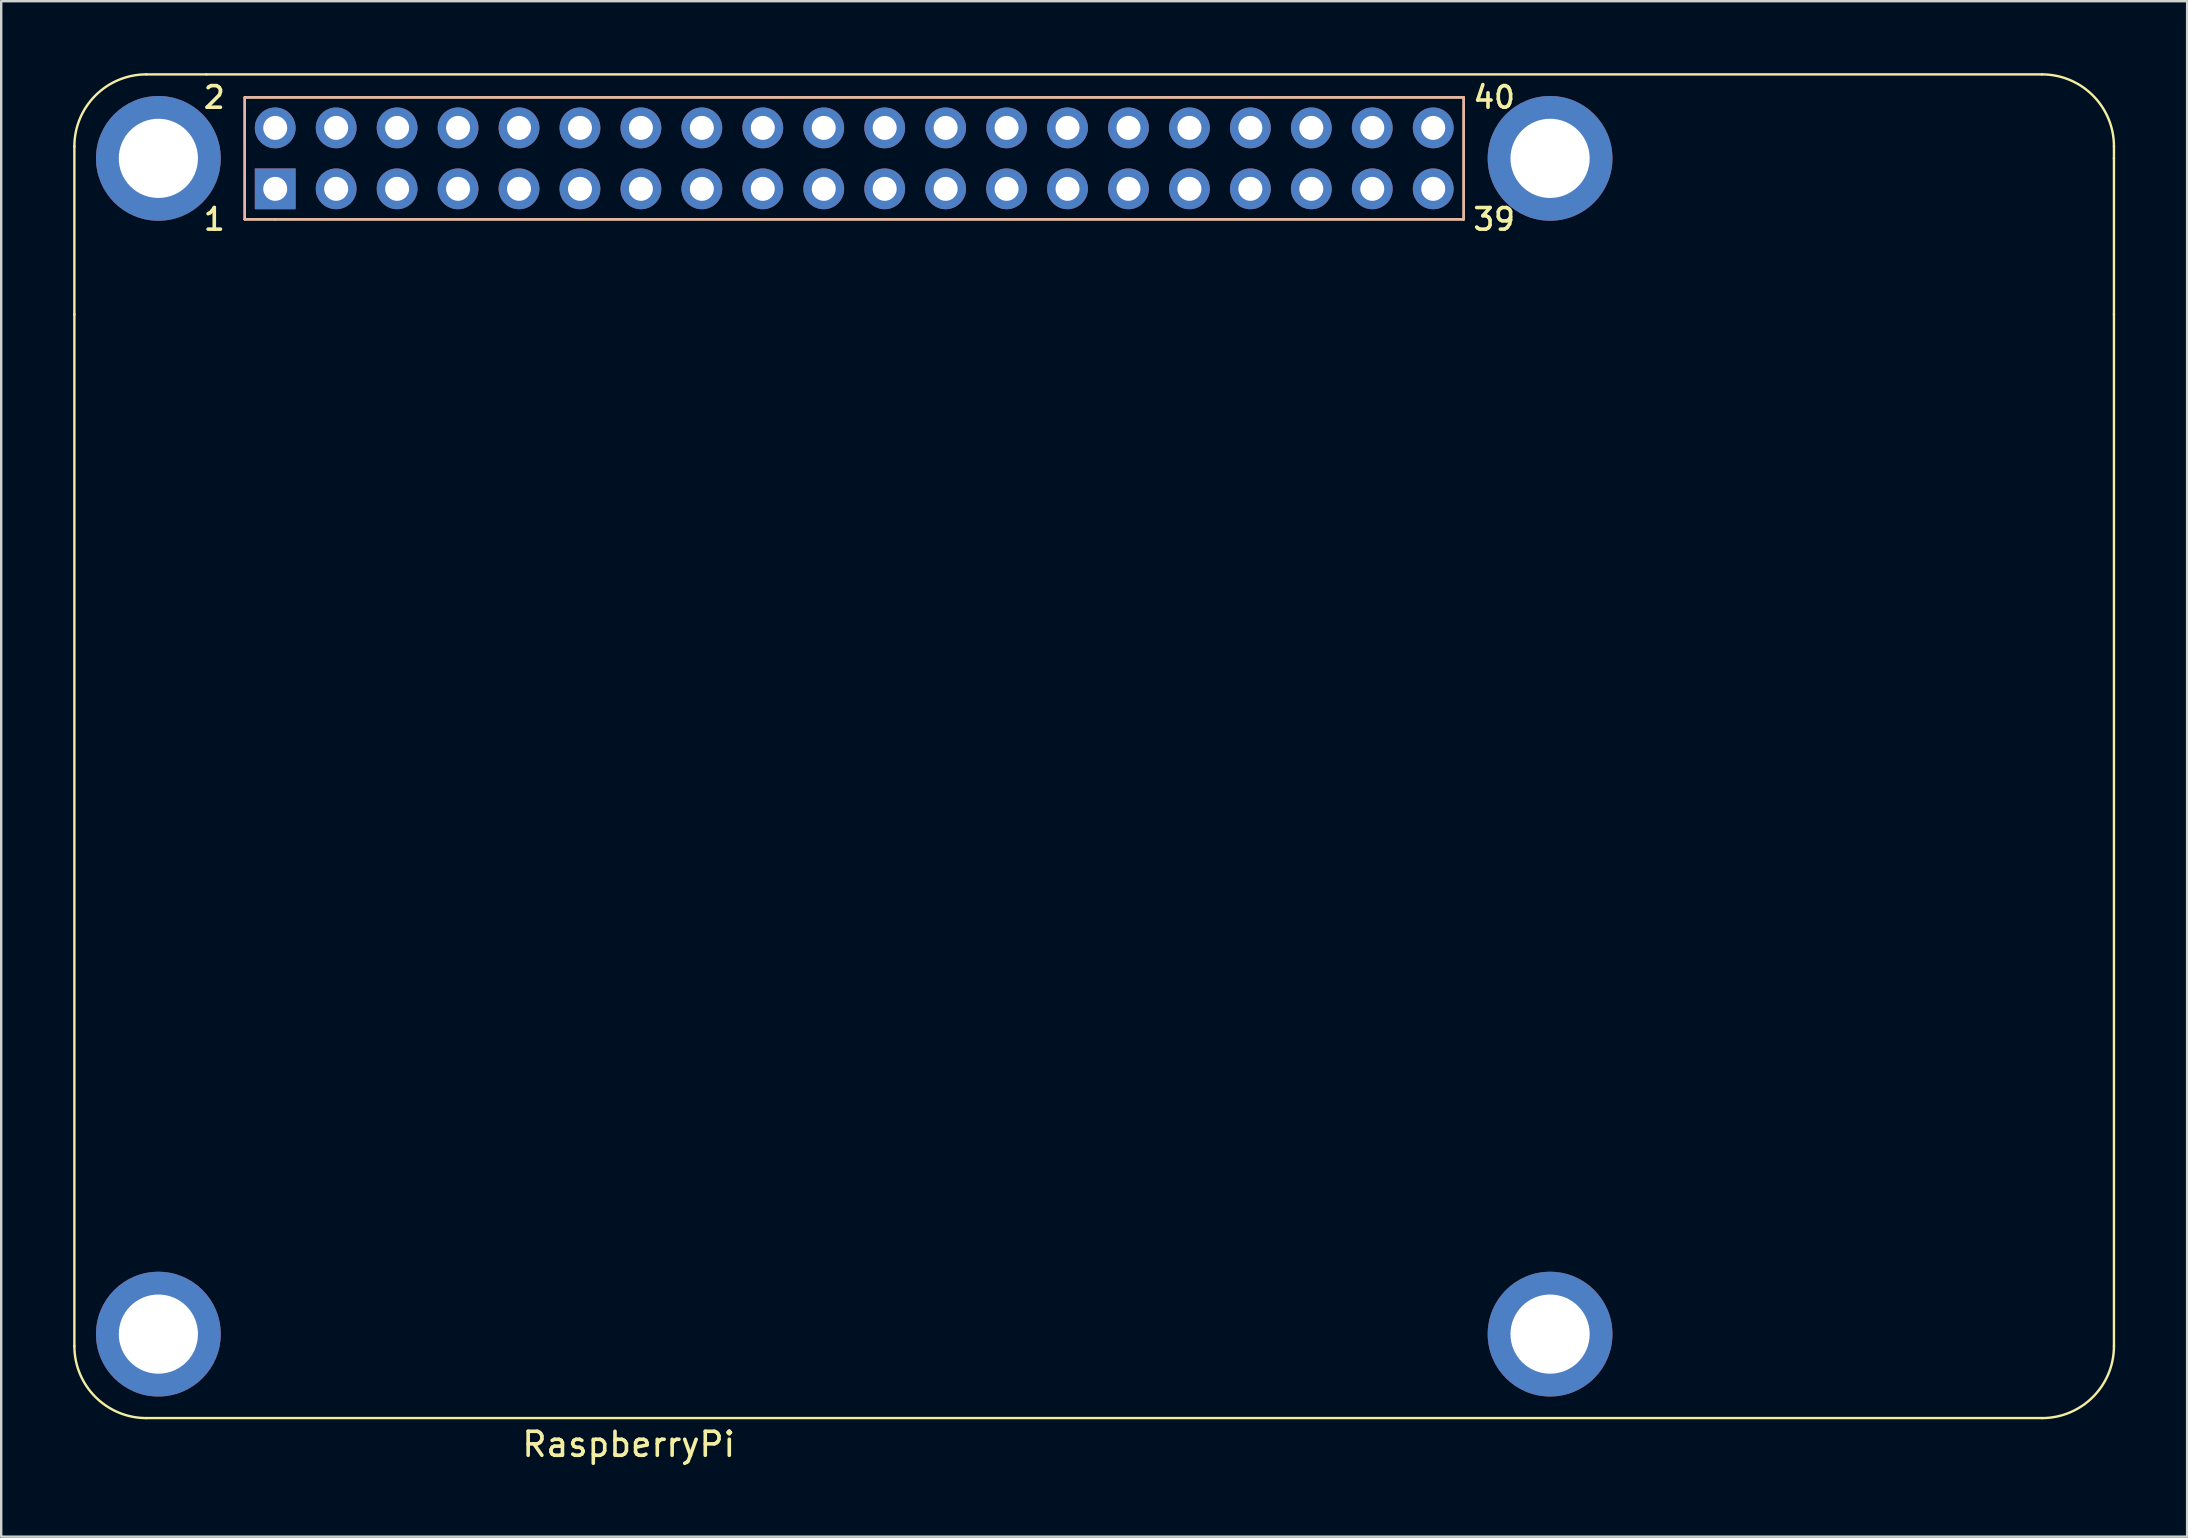
<source format=kicad_pcb>
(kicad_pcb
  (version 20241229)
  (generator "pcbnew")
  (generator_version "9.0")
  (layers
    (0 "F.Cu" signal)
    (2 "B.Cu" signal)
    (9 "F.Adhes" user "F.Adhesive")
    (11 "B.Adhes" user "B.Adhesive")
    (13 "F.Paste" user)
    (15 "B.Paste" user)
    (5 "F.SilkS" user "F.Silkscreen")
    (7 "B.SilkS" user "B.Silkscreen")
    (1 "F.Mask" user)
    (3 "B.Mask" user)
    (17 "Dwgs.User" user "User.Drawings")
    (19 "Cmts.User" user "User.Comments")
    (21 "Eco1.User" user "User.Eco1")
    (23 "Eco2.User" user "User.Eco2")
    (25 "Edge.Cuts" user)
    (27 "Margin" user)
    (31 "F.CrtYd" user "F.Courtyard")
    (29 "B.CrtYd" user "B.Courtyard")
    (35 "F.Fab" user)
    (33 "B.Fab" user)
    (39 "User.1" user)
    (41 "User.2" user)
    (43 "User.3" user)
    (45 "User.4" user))
  (footprint "RaspberryPi"
    (layer "F.Cu")
    (at 42.55 31.55)
    (property "Reference" "RaspberryPi" (at -19.398 25.594 0) (layer "F.SilkS") (effects (font (size 1 1) (thickness 0.15))))
    (attr through_hole)
    (fp_line (start -42.5 -21.5) (end -42.5 -28.5) (stroke (width 0.1) (type solid)) (layer "F.SilkS"))
    (fp_line (start -42.5 21.5) (end -42.5 -21.5) (stroke (width 0.1) (type solid)) (layer "F.SilkS"))
    (fp_line (start -39.5 -31.5) (end -37 -31.5) (stroke (width 0.1) (type solid)) (layer "F.SilkS"))
    (fp_line (start -35.4 -30.54) (end -35.4 -25.46) (stroke (width 0.1) (type solid)) (layer "F.SilkS"))
    (fp_line (start -35.4 -25.46) (end -34.13 -25.46) (stroke (width 0.1) (type solid)) (layer "F.SilkS"))
    (fp_line (start -34.13 -25.46) (end 15.4 -25.46) (stroke (width 0.1) (type solid)) (layer "F.SilkS"))
    (fp_line (start 15.4 -30.54) (end -35.4 -30.54) (stroke (width 0.1) (type solid)) (layer "F.SilkS"))
    (fp_line (start 15.4 -25.46) (end 15.4 -30.54) (stroke (width 0.1) (type solid)) (layer "F.SilkS"))
    (fp_line (start 39.5 -31.5) (end -37 -31.5) (stroke (width 0.1) (type solid)) (layer "F.SilkS"))
    (fp_line (start 39.5 24.5) (end -39.5 24.5) (stroke (width 0.1) (type solid)) (layer "F.SilkS"))
    (fp_line (start 42.5 -28) (end 42.5 -28.5) (stroke (width 0.1) (type solid)) (layer "F.SilkS"))
    (fp_line (start 42.5 -21.5) (end 42.5 -28) (stroke (width 0.1) (type solid)) (layer "F.SilkS"))
    (fp_line (start 42.5 -21.5) (end 42.5 21.5) (stroke (width 0.1) (type solid)) (layer "F.SilkS"))
    (fp_arc (start -42.5 -28.5) (mid -41.62132 -30.62132) (end -39.5 -31.5) (stroke (width 0.1) (type solid)) (layer "F.SilkS"))
    (fp_arc (start -39.5 24.5) (mid -41.62132 23.62132) (end -42.5 21.5) (stroke (width 0.1) (type solid)) (layer "F.SilkS"))
    (fp_arc (start 39.5 -31.5) (mid 41.62132 -30.62132) (end 42.5 -28.5) (stroke (width 0.1) (type solid)) (layer "F.SilkS"))
    (fp_arc (start 42.5 21.5) (mid 41.62132 23.62132) (end 39.5 24.5) (stroke (width 0.1) (type solid)) (layer "F.SilkS"))
    (fp_line (start -35.4 -30.54) (end 15.4 -30.54) (stroke (width 0.1) (type solid)) (layer "B.SilkS"))
    (fp_line (start -35.4 -25.46) (end -35.4 -30.54) (stroke (width 0.1) (type solid)) (layer "B.SilkS"))
    (fp_line (start 15.4 -30.54) (end 15.4 -25.46) (stroke (width 0.1) (type solid)) (layer "B.SilkS"))
    (fp_line (start 15.4 -25.46) (end -35.4 -25.46) (stroke (width 0.1) (type solid)) (layer "B.SilkS"))
    (fp_text user "2" (at -36.67 -30.54 0) (layer "F.SilkS") (effects (font (size 0.9 0.9) (thickness 0.15))))
    (fp_text user "39" (at 16.67 -25.46 0) (layer "F.SilkS") (effects (font (size 0.9 0.9) (thickness 0.15))))
    (fp_text user "40" (at 16.67 -30.54 0) (layer "F.SilkS") (effects (font (size 0.9 0.9) (thickness 0.15))))
    (fp_text user "1" (at -36.67 -25.46 0) (layer "F.SilkS") (effects (font (size 0.9 0.9) (thickness 0.15))))
    (pad "" np_thru_hole circle (at -39 -28) (size 5.2 5.2) (drill 3.3) (layers "*.Cu" "*.Mask"))
    (pad "" np_thru_hole circle (at -39 21) (size 5.2 5.2) (drill 3.3) (layers "*.Cu" "*.Mask"))
    (pad "" np_thru_hole circle (at 19 -28) (size 5.2 5.2) (drill 3.3) (layers "*.Cu" "*.Mask"))
    (pad "" np_thru_hole circle (at 19 21) (size 5.2 5.2) (drill 3.3) (layers "*.Cu" "*.Mask"))
    (pad "1" thru_hole rect (at -34.13 -26.73) (size 1.7 1.7) (drill 1) (layers "*.Cu" "*.Mask"))
    (pad "2" thru_hole circle (at -34.13 -29.27) (size 1.7 1.7) (drill 1) (layers "*.Cu" "*.Mask"))
    (pad "3" thru_hole circle (at -31.59 -26.73) (size 1.7 1.7) (drill 1) (layers "*.Cu" "*.Mask"))
    (pad "4" thru_hole circle (at -31.59 -29.27) (size 1.7 1.7) (drill 1) (layers "*.Cu" "*.Mask"))
    (pad "5" thru_hole circle (at -29.05 -26.73) (size 1.7 1.7) (drill 1) (layers "*.Cu" "*.Mask"))
    (pad "6" thru_hole circle (at -29.05 -29.27) (size 1.7 1.7) (drill 1) (layers "*.Cu" "*.Mask"))
    (pad "7" thru_hole circle (at -26.51 -26.73) (size 1.7 1.7) (drill 1) (layers "*.Cu" "*.Mask"))
    (pad "8" thru_hole circle (at -26.51 -29.27) (size 1.7 1.7) (drill 1) (layers "*.Cu" "*.Mask"))
    (pad "9" thru_hole circle (at -23.97 -26.73) (size 1.7 1.7) (drill 1) (layers "*.Cu" "*.Mask"))
    (pad "10" thru_hole circle (at -23.97 -29.27) (size 1.7 1.7) (drill 1) (layers "*.Cu" "*.Mask"))
    (pad "11" thru_hole circle (at -21.43 -26.73) (size 1.7 1.7) (drill 1) (layers "*.Cu" "*.Mask"))
    (pad "12" thru_hole circle (at -21.43 -29.27) (size 1.7 1.7) (drill 1) (layers "*.Cu" "*.Mask"))
    (pad "13" thru_hole circle (at -18.89 -26.73) (size 1.7 1.7) (drill 1) (layers "*.Cu" "*.Mask"))
    (pad "14" thru_hole circle (at -18.89 -29.27) (size 1.7 1.7) (drill 1) (layers "*.Cu" "*.Mask"))
    (pad "15" thru_hole circle (at -16.35 -26.73) (size 1.7 1.7) (drill 1) (layers "*.Cu" "*.Mask"))
    (pad "16" thru_hole circle (at -16.35 -29.27) (size 1.7 1.7) (drill 1) (layers "*.Cu" "*.Mask"))
    (pad "17" thru_hole circle (at -13.81 -26.73) (size 1.7 1.7) (drill 1) (layers "*.Cu" "*.Mask"))
    (pad "18" thru_hole circle (at -13.81 -29.27) (size 1.7 1.7) (drill 1) (layers "*.Cu" "*.Mask"))
    (pad "19" thru_hole circle (at -11.27 -26.73) (size 1.7 1.7) (drill 1) (layers "*.Cu" "*.Mask"))
    (pad "20" thru_hole circle (at -11.27 -29.27) (size 1.7 1.7) (drill 1) (layers "*.Cu" "*.Mask"))
    (pad "21" thru_hole circle (at -8.73 -26.73) (size 1.7 1.7) (drill 1) (layers "*.Cu" "*.Mask"))
    (pad "22" thru_hole circle (at -8.73 -29.27) (size 1.7 1.7) (drill 1) (layers "*.Cu" "*.Mask"))
    (pad "23" thru_hole circle (at -6.19 -26.73) (size 1.7 1.7) (drill 1) (layers "*.Cu" "*.Mask"))
    (pad "24" thru_hole circle (at -6.19 -29.27) (size 1.7 1.7) (drill 1) (layers "*.Cu" "*.Mask"))
    (pad "25" thru_hole circle (at -3.65 -26.73) (size 1.7 1.7) (drill 1) (layers "*.Cu" "*.Mask"))
    (pad "26" thru_hole circle (at -3.65 -29.27) (size 1.7 1.7) (drill 1) (layers "*.Cu" "*.Mask"))
    (pad "27" thru_hole circle (at -1.11 -26.73) (size 1.7 1.7) (drill 1) (layers "*.Cu" "*.Mask"))
    (pad "28" thru_hole circle (at -1.11 -29.27) (size 1.7 1.7) (drill 1) (layers "*.Cu" "*.Mask"))
    (pad "29" thru_hole circle (at 1.43 -26.73) (size 1.7 1.7) (drill 1) (layers "*.Cu" "*.Mask"))
    (pad "30" thru_hole circle (at 1.43 -29.27) (size 1.7 1.7) (drill 1) (layers "*.Cu" "*.Mask"))
    (pad "31" thru_hole circle (at 3.97 -26.73) (size 1.7 1.7) (drill 1) (layers "*.Cu" "*.Mask"))
    (pad "32" thru_hole circle (at 3.97 -29.27) (size 1.7 1.7) (drill 1) (layers "*.Cu" "*.Mask"))
    (pad "33" thru_hole circle (at 6.51 -26.73) (size 1.7 1.7) (drill 1) (layers "*.Cu" "*.Mask"))
    (pad "34" thru_hole circle (at 6.51 -29.27) (size 1.7 1.7) (drill 1) (layers "*.Cu" "*.Mask"))
    (pad "35" thru_hole circle (at 9.05 -26.73) (size 1.7 1.7) (drill 1) (layers "*.Cu" "*.Mask"))
    (pad "36" thru_hole circle (at 9.05 -29.27) (size 1.7 1.7) (drill 1) (layers "*.Cu" "*.Mask"))
    (pad "37" thru_hole circle (at 11.59 -26.73) (size 1.7 1.7) (drill 1) (layers "*.Cu" "*.Mask"))
    (pad "38" thru_hole circle (at 11.59 -29.27) (size 1.7 1.7) (drill 1) (layers "*.Cu" "*.Mask"))
    (pad "39" thru_hole circle (at 14.13 -26.73) (size 1.7 1.7) (drill 1) (layers "*.Cu" "*.Mask"))
    (pad "40" thru_hole circle (at 14.13 -29.27) (size 1.7 1.7) (drill 1) (layers "*.Cu" "*.Mask")))
  (gr_rect
    (start -3 -3)
    (end 88.1 60.992)
    (stroke (width 0.1) (type default))
    (fill no)
    (layer "Edge.Cuts")))
</source>
